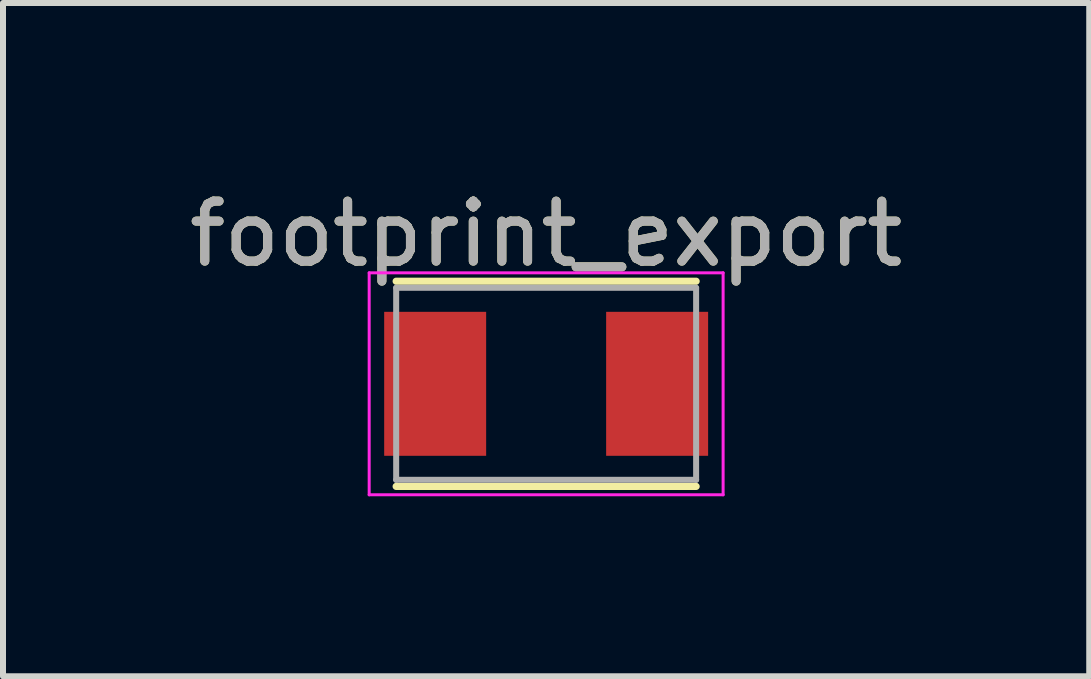
<source format=kicad_pcb>
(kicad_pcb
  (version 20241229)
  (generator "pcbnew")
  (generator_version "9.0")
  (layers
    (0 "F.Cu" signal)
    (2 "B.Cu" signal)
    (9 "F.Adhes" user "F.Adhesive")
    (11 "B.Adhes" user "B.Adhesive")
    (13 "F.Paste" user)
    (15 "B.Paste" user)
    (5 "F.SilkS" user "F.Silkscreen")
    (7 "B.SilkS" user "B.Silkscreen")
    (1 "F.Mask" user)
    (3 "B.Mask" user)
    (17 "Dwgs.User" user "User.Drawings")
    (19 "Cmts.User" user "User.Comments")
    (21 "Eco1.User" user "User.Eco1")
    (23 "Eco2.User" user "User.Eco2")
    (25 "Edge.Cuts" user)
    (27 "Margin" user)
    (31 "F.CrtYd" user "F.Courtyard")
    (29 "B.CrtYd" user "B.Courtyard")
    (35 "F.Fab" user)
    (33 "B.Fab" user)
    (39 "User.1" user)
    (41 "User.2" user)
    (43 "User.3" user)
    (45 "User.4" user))
  (footprint "footprint_export"
    (layer "F.Cu")
    (at 6.054 3.348)
    (property "Reference" "footprint_export" (at 0 -2.5 0) (layer "F.SilkS") (effects (font (size 1 1) (thickness 0.15))))
    (attr smd)
    (fp_line (start -2.5 -1.71) (end 2.5 -1.71) (stroke (width 0.12) (type solid)) (layer "F.SilkS"))
    (fp_line (start -2.5 1.71) (end 2.5 1.71) (stroke (width 0.12) (type solid)) (layer "F.SilkS"))
    (fp_line (start -2.95 -1.85) (end -2.95 1.85) (stroke (width 0.05) (type solid)) (layer "F.CrtYd"))
    (fp_line (start -2.95 -1.85) (end 2.95 -1.85) (stroke (width 0.05) (type solid)) (layer "F.CrtYd"))
    (fp_line (start 2.95 -1.85) (end 2.95 1.85) (stroke (width 0.05) (type solid)) (layer "F.CrtYd"))
    (fp_line (start 2.95 1.85) (end -2.95 1.85) (stroke (width 0.05) (type solid)) (layer "F.CrtYd"))
    (fp_line (start -2.5 -1.6) (end -2.5 1.6) (stroke (width 0.1) (type solid)) (layer "F.Fab"))
    (fp_line (start -2.5 -1.6) (end 2.5 -1.6) (stroke (width 0.1) (type solid)) (layer "F.Fab"))
    (fp_line (start -2.5 1.6) (end 2.5 1.6) (stroke (width 0.1) (type solid)) (layer "F.Fab"))
    (fp_line (start 2.5 -1.6) (end 2.5 1.6) (stroke (width 0.1) (type solid)) (layer "F.Fab"))
    (fp_text user "${REFERENCE}" (at 0 -2.5 0) (layer "F.Fab") (effects (font (size 1 1) (thickness 0.15))))
    (pad "1" smd rect (at -1.85 0) (size 1.7 2.4) (layers "F.Cu" "F.Mask" "F.Paste"))
    (pad "2" smd rect (at 1.85 0) (size 1.7 2.4) (layers "F.Cu" "F.Mask" "F.Paste")))
  (gr_rect
    (start -3 -3)
    (end 15.107 8.223)
    (stroke (width 0.1) (type default))
    (fill no)
    (layer "Edge.Cuts")))
</source>
